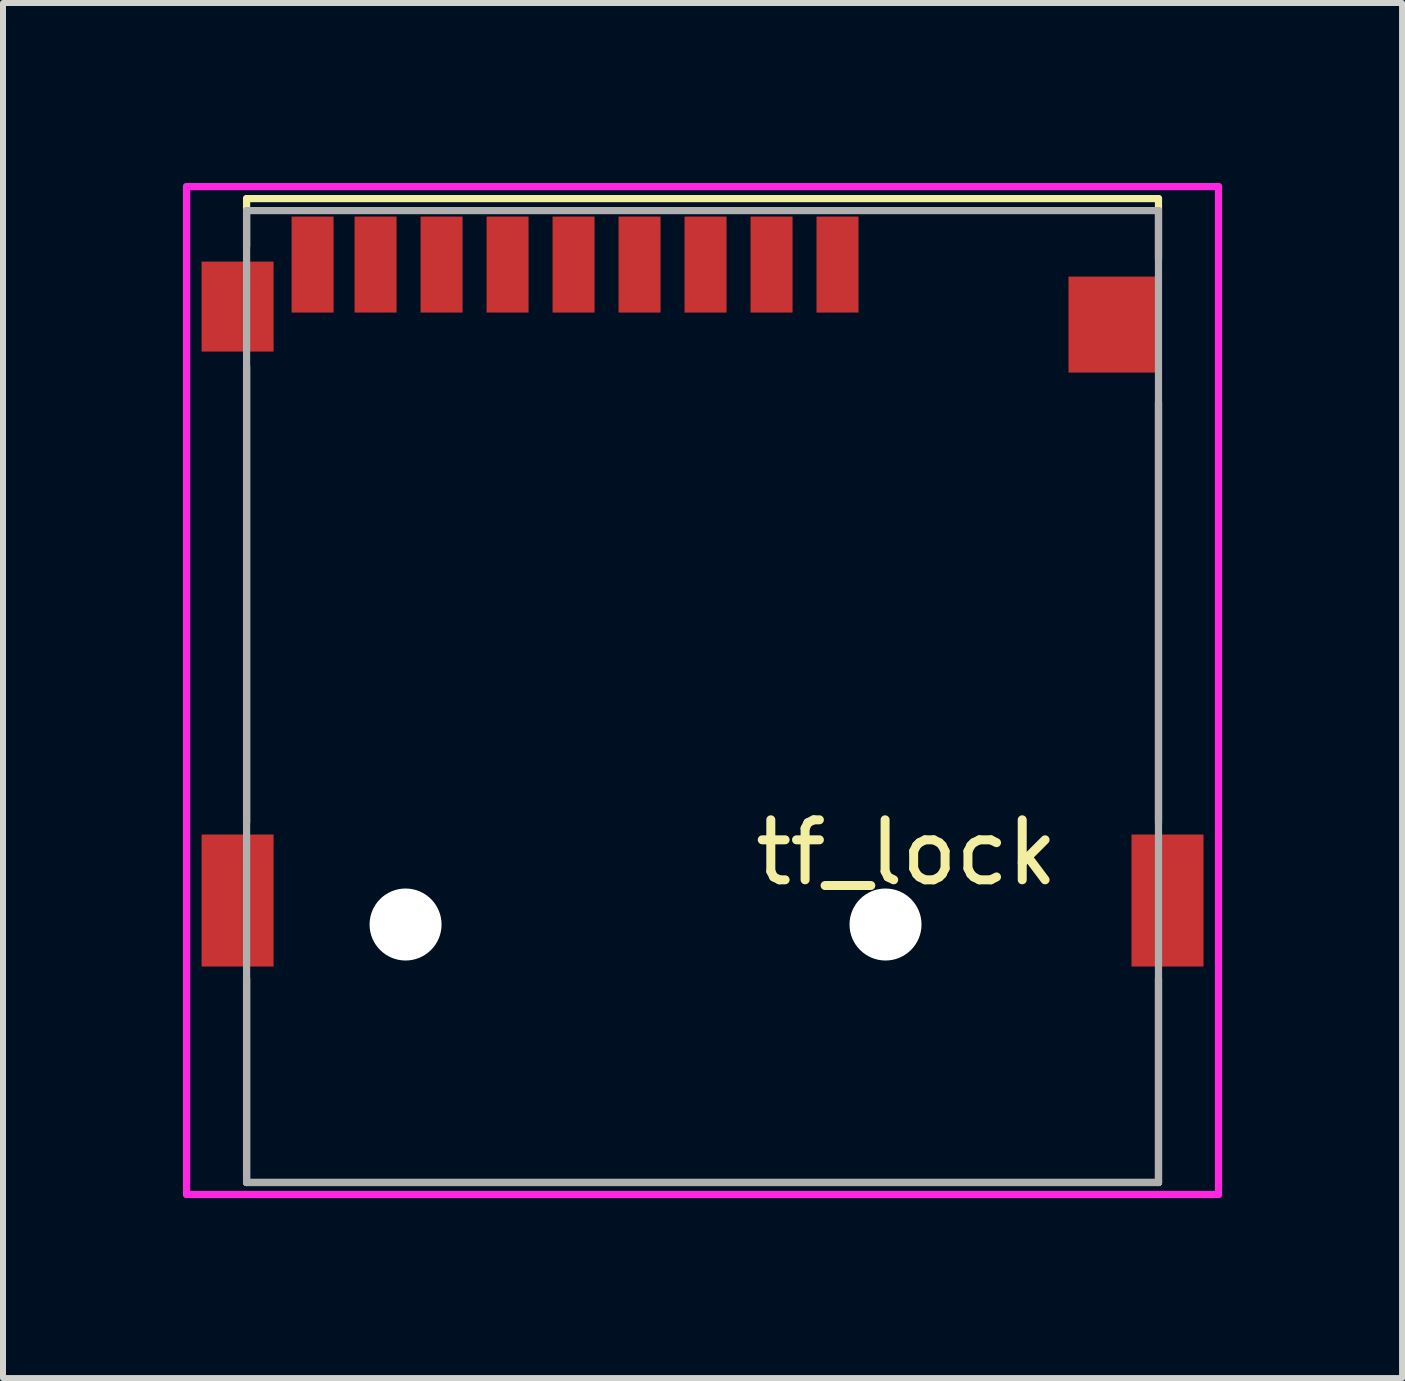
<source format=kicad_pcb>
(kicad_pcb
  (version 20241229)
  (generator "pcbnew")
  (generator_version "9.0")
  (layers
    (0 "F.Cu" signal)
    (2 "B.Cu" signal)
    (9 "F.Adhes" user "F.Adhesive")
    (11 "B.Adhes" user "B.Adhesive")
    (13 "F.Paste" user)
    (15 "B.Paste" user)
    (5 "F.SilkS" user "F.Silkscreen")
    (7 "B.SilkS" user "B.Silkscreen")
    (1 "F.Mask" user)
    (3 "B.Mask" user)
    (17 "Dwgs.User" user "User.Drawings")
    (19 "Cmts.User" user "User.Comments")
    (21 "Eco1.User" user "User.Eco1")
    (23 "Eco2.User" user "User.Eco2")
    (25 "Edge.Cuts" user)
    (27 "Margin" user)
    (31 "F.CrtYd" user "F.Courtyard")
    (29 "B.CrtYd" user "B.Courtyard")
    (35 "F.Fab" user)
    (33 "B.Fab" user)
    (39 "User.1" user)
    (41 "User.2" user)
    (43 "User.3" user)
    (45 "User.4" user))
  (footprint "tf_lock"
    (layer "F.Cu")
    (at 8.66 6.66)
    (property "Reference" "tf_lock" (at 3.4 4.5 0) (layer "F.SilkS") (effects (font (size 1 1) (thickness 0.15))))
    (attr through_hole)
    (fp_line (start -7.6 -6.4) (end -7.6 -5.6) (stroke (width 0.12) (type solid)) (layer "F.SilkS"))
    (fp_line (start -7.6 -3.6) (end -7.6 4) (stroke (width 0.12) (type solid)) (layer "F.SilkS"))
    (fp_line (start -7.6 6.6) (end -7.6 10) (stroke (width 0.12) (type solid)) (layer "F.SilkS"))
    (fp_line (start -7.6 10) (end 7.6 10) (stroke (width 0.12) (type solid)) (layer "F.SilkS"))
    (fp_line (start 7.6 -6.4) (end -7.6 -6.4) (stroke (width 0.12) (type solid)) (layer "F.SilkS"))
    (fp_line (start 7.6 -5.4) (end 7.6 -6.4) (stroke (width 0.12) (type solid)) (layer "F.SilkS"))
    (fp_line (start 7.6 4) (end 7.6 -3) (stroke (width 0.12) (type solid)) (layer "F.SilkS"))
    (fp_line (start 7.6 10) (end 7.6 6.6) (stroke (width 0.12) (type solid)) (layer "F.SilkS"))
    (fp_line (start -8.6 -6.6) (end -8.6 10.2) (stroke (width 0.12) (type solid)) (layer "F.CrtYd"))
    (fp_line (start -8.6 10.2) (end 8.6 10.2) (stroke (width 0.12) (type solid)) (layer "F.CrtYd"))
    (fp_line (start 8.6 -6.6) (end -8.6 -6.6) (stroke (width 0.12) (type solid)) (layer "F.CrtYd"))
    (fp_line (start 8.6 10.2) (end 8.6 -6.6) (stroke (width 0.12) (type solid)) (layer "F.CrtYd"))
    (fp_line (start -7.6 10) (end -7.6 -6.2) (stroke (width 0.12) (type solid)) (layer "F.Fab"))
    (fp_line (start 7.6 -6.2) (end -7.6 -6.2) (stroke (width 0.12) (type solid)) (layer "F.Fab"))
    (fp_line (start 7.6 10) (end -7.6 10) (stroke (width 0.12) (type solid)) (layer "F.Fab"))
    (fp_line (start 7.6 10) (end 7.6 -6.2) (stroke (width 0.12) (type solid)) (layer "F.Fab"))
    (pad "" np_thru_hole circle (at -4.95 5.7) (size 1.2 1.2) (drill 1.2) (layers "*.Cu" "*.Mask"))
    (pad "" np_thru_hole circle (at 3.05 5.7) (size 1.2 1.2) (drill 1.2) (layers "*.Cu" "*.Mask"))
    (pad "1" smd rect (at 2.25 -5.3) (size 0.7 1.6) (layers "F.Cu" "F.Mask" "F.Paste"))
    (pad "2" smd rect (at 1.15 -5.3) (size 0.7 1.6) (layers "F.Cu" "F.Mask" "F.Paste"))
    (pad "3" smd rect (at 0.05 -5.3) (size 0.7 1.6) (layers "F.Cu" "F.Mask" "F.Paste"))
    (pad "4" smd rect (at -1.05 -5.3) (size 0.7 1.6) (layers "F.Cu" "F.Mask" "F.Paste"))
    (pad "5" smd rect (at -2.15 -5.3) (size 0.7 1.6) (layers "F.Cu" "F.Mask" "F.Paste"))
    (pad "6" smd rect (at -3.25 -5.3) (size 0.7 1.6) (layers "F.Cu" "F.Mask" "F.Paste"))
    (pad "7" smd rect (at -4.35 -5.3) (size 0.7 1.6) (layers "F.Cu" "F.Mask" "F.Paste"))
    (pad "8" smd rect (at -5.45 -5.3) (size 0.7 1.6) (layers "F.Cu" "F.Mask" "F.Paste"))
    (pad "9" smd rect (at -6.5 -5.3) (size 0.7 1.6) (layers "F.Cu" "F.Mask" "F.Paste"))
    (pad "10" smd rect (at -7.75 -4.6) (size 1.2 1.5) (layers "F.Cu" "F.Mask" "F.Paste"))
    (pad "10" smd rect (at -7.75 5.3) (size 1.2 2.2) (layers "F.Cu" "F.Mask" "F.Paste"))
    (pad "10" smd rect (at 6.85 -4.3) (size 1.5 1.6) (layers "F.Cu" "F.Mask" "F.Paste"))
    (pad "10" smd rect (at 7.75 5.3) (size 1.2 2.2) (layers "F.Cu" "F.Mask" "F.Paste")))
  (gr_rect
    (start -3 -3)
    (end 20.32 19.92)
    (stroke (width 0.1) (type default))
    (fill no)
    (layer "Edge.Cuts")))
</source>
